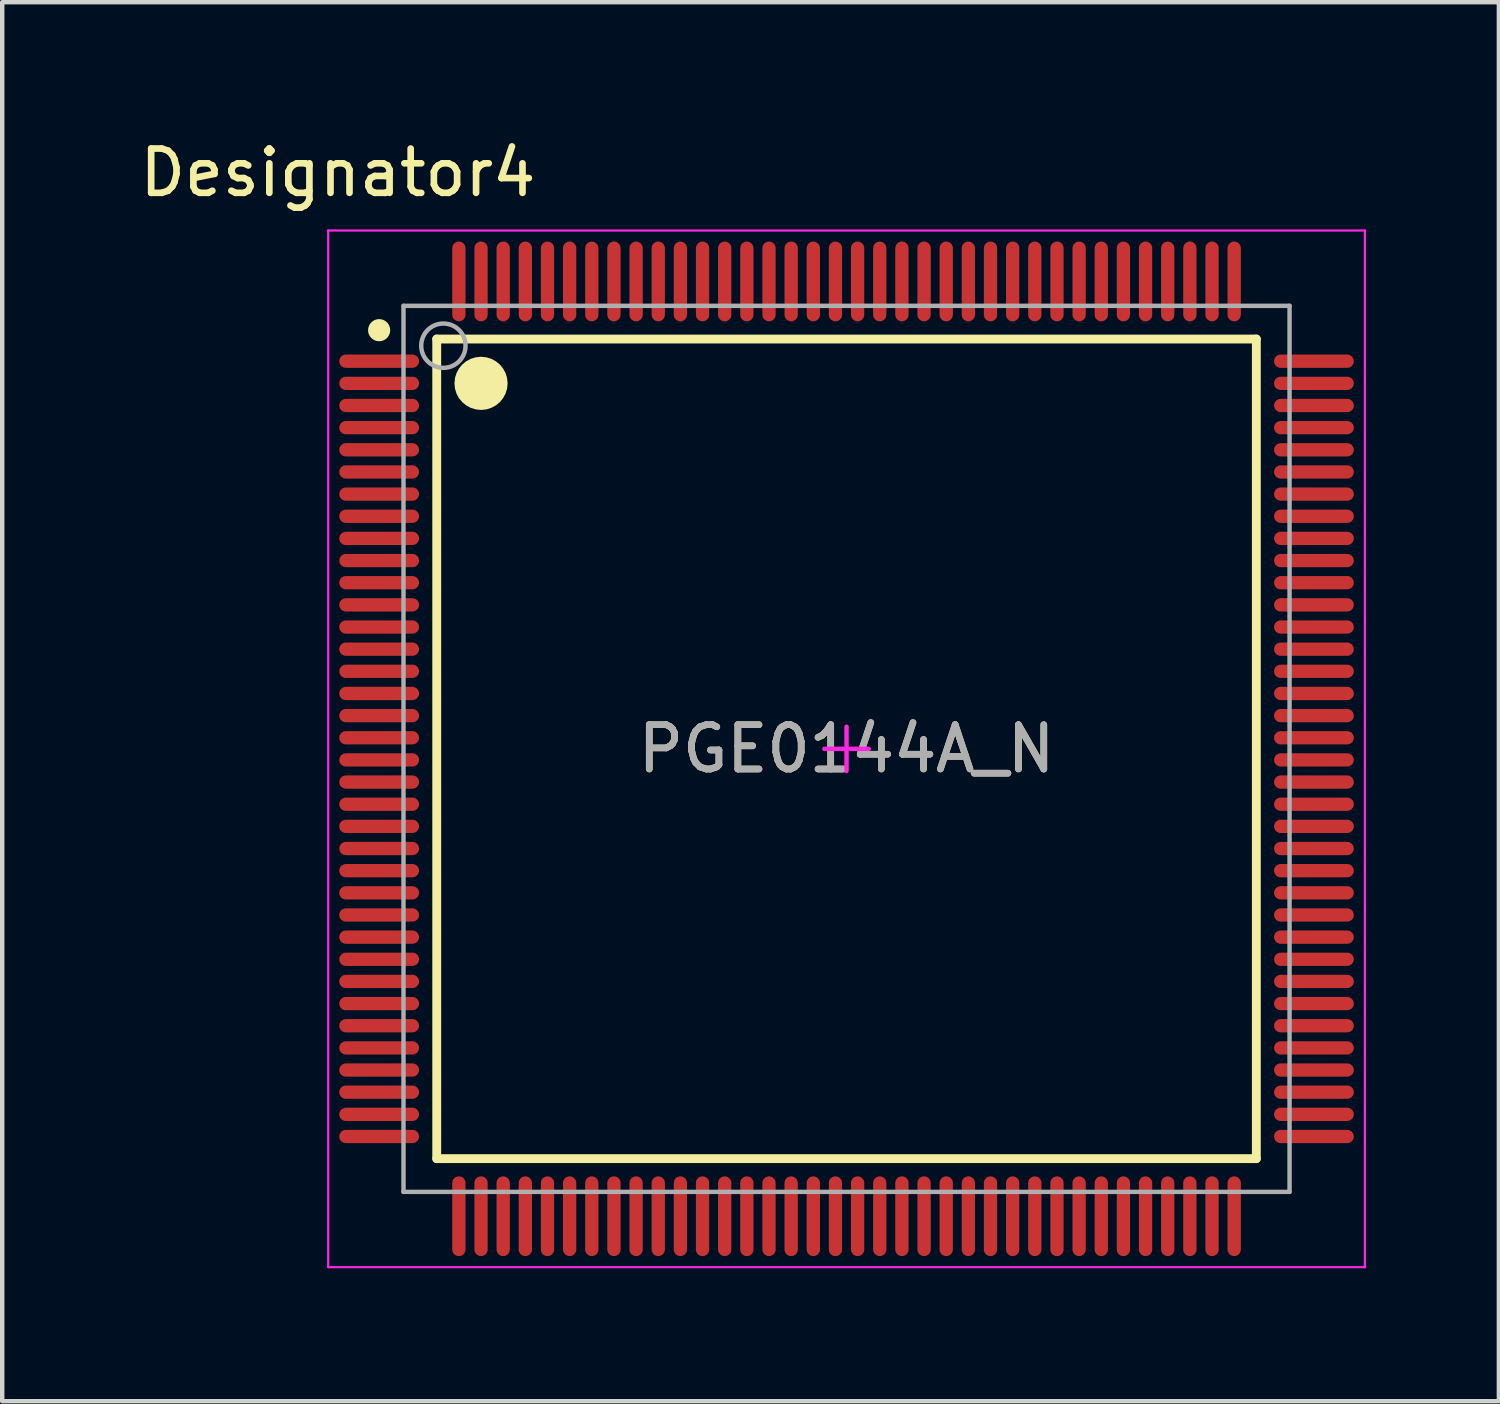
<source format=kicad_pcb>
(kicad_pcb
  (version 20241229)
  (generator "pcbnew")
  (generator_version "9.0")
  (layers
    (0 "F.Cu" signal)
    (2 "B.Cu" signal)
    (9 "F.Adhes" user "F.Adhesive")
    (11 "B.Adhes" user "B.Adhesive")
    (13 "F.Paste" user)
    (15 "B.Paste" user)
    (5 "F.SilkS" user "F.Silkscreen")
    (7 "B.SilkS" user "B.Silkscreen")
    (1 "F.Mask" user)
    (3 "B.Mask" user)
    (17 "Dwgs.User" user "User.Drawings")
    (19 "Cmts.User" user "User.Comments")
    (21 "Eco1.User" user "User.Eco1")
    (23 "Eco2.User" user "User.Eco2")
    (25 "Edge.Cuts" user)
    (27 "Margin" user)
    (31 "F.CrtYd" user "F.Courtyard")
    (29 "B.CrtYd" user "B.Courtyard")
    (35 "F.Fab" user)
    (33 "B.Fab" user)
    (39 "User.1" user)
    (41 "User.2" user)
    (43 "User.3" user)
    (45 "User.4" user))
  (footprint "PGE0144A_N"
    (layer "F.Cu")
    (at 16.058 13.853)
    (property "Reference" "PGE0144A_N" (at 0 0 0) (unlocked yes) (layer "F.SilkS") (effects (font (size 1 1) (thickness 0.15))))
    (attr smd)
    (fp_line (start -9.25 -9.25) (end 9.25 -9.25) (stroke (width 0.2) (type solid)) (layer "F.SilkS"))
    (fp_line (start -9.25 9.25) (end -9.25 -9.25) (stroke (width 0.2) (type solid)) (layer "F.SilkS"))
    (fp_line (start -9.25 9.25) (end 9.25 9.25) (stroke (width 0.2) (type solid)) (layer "F.SilkS"))
    (fp_line (start 9.25 9.25) (end 9.25 -9.25) (stroke (width 0.2) (type solid)) (layer "F.SilkS"))
    (fp_circle (center -10.55 -9.45) (end -10.425 -9.45) (stroke (width 0.25) (type solid)) (fill no) (layer "F.SilkS"))
    (fp_circle (center -8.25 -8.25) (end -7.95 -8.25) (stroke (width 0.6) (type solid)) (fill no) (layer "F.SilkS"))
    (fp_line (start -11.7 -11.7) (end 11.7 -11.7) (stroke (width 0.05) (type solid)) (layer "F.CrtYd"))
    (fp_line (start -11.7 11.7) (end -11.7 -11.7) (stroke (width 0.05) (type solid)) (layer "F.CrtYd"))
    (fp_line (start -11.7 11.7) (end 11.7 11.7) (stroke (width 0.05) (type solid)) (layer "F.CrtYd"))
    (fp_line (start -0.5 -0.000003) (end 0.5 -0.000003) (stroke (width 0.1) (type solid)) (layer "F.CrtYd"))
    (fp_line (start 0 0.5) (end 0 -0.5) (stroke (width 0.1) (type solid)) (layer "F.CrtYd"))
    (fp_line (start 11.7 11.7) (end 11.7 -11.7) (stroke (width 0.05) (type solid)) (layer "F.CrtYd"))
    (fp_line (start -10 -10) (end 10 -10) (stroke (width 0.1) (type solid)) (layer "F.Fab"))
    (fp_line (start -10 10) (end -10 -10) (stroke (width 0.1) (type solid)) (layer "F.Fab"))
    (fp_line (start -10 10) (end 10 10) (stroke (width 0.1) (type solid)) (layer "F.Fab"))
    (fp_line (start 10 10) (end 10 -10) (stroke (width 0.1) (type solid)) (layer "F.Fab"))
    (fp_circle (center -9.1 -9.1) (end -8.6 -9.1) (stroke (width 0.1) (type solid)) (fill no) (layer "F.Fab"))
    (fp_text user "Designator4" (at -11.481 -13.005 0) (unlocked yes) (layer "F.SilkS") (effects (font (size 1 1) (thickness 0.15))))
    (fp_text user "${REFERENCE}" (at 0 0 0) (unlocked yes) (layer "F.Fab") (effects (font (size 1 1) (thickness 0.15))))
    (pad "1" smd oval (at -10.55 -8.75 90) (size 0.3 1.8) (layers "F.Cu" "F.Mask" "F.Paste"))
    (pad "2" smd oval (at -10.55 -8.25 90) (size 0.3 1.8) (layers "F.Cu" "F.Mask" "F.Paste"))
    (pad "3" smd oval (at -10.55 -7.75 90) (size 0.3 1.8) (layers "F.Cu" "F.Mask" "F.Paste"))
    (pad "4" smd oval (at -10.55 -7.25 90) (size 0.3 1.8) (layers "F.Cu" "F.Mask" "F.Paste"))
    (pad "5" smd oval (at -10.55 -6.75 90) (size 0.3 1.8) (layers "F.Cu" "F.Mask" "F.Paste"))
    (pad "6" smd oval (at -10.55 -6.25 90) (size 0.3 1.8) (layers "F.Cu" "F.Mask" "F.Paste"))
    (pad "7" smd oval (at -10.55 -5.75 90) (size 0.3 1.8) (layers "F.Cu" "F.Mask" "F.Paste"))
    (pad "8" smd oval (at -10.55 -5.25 90) (size 0.3 1.8) (layers "F.Cu" "F.Mask" "F.Paste"))
    (pad "9" smd oval (at -10.55 -4.75 90) (size 0.3 1.8) (layers "F.Cu" "F.Mask" "F.Paste"))
    (pad "10" smd oval (at -10.55 -4.25 90) (size 0.3 1.8) (layers "F.Cu" "F.Mask" "F.Paste"))
    (pad "11" smd oval (at -10.55 -3.75 90) (size 0.3 1.8) (layers "F.Cu" "F.Mask" "F.Paste"))
    (pad "12" smd oval (at -10.55 -3.25 90) (size 0.3 1.8) (layers "F.Cu" "F.Mask" "F.Paste"))
    (pad "13" smd oval (at -10.55 -2.75 90) (size 0.3 1.8) (layers "F.Cu" "F.Mask" "F.Paste"))
    (pad "14" smd oval (at -10.55 -2.25 90) (size 0.3 1.8) (layers "F.Cu" "F.Mask" "F.Paste"))
    (pad "15" smd oval (at -10.55 -1.75 90) (size 0.3 1.8) (layers "F.Cu" "F.Mask" "F.Paste"))
    (pad "16" smd oval (at -10.55 -1.25 90) (size 0.3 1.8) (layers "F.Cu" "F.Mask" "F.Paste"))
    (pad "17" smd oval (at -10.55 -0.75 90) (size 0.3 1.8) (layers "F.Cu" "F.Mask" "F.Paste"))
    (pad "18" smd oval (at -10.55 -0.25 90) (size 0.3 1.8) (layers "F.Cu" "F.Mask" "F.Paste"))
    (pad "19" smd oval (at -10.55 0.25 90) (size 0.3 1.8) (layers "F.Cu" "F.Mask" "F.Paste"))
    (pad "20" smd oval (at -10.55 0.75 90) (size 0.3 1.8) (layers "F.Cu" "F.Mask" "F.Paste"))
    (pad "21" smd oval (at -10.55 1.25 90) (size 0.3 1.8) (layers "F.Cu" "F.Mask" "F.Paste"))
    (pad "22" smd oval (at -10.55 1.75 90) (size 0.3 1.8) (layers "F.Cu" "F.Mask" "F.Paste"))
    (pad "23" smd oval (at -10.55 2.25 90) (size 0.3 1.8) (layers "F.Cu" "F.Mask" "F.Paste"))
    (pad "24" smd oval (at -10.55 2.75 90) (size 0.3 1.8) (layers "F.Cu" "F.Mask" "F.Paste"))
    (pad "25" smd oval (at -10.55 3.25 90) (size 0.3 1.8) (layers "F.Cu" "F.Mask" "F.Paste"))
    (pad "26" smd oval (at -10.55 3.75 90) (size 0.3 1.8) (layers "F.Cu" "F.Mask" "F.Paste"))
    (pad "27" smd oval (at -10.55 4.25 90) (size 0.3 1.8) (layers "F.Cu" "F.Mask" "F.Paste"))
    (pad "28" smd oval (at -10.55 4.75 90) (size 0.3 1.8) (layers "F.Cu" "F.Mask" "F.Paste"))
    (pad "29" smd oval (at -10.55 5.25 90) (size 0.3 1.8) (layers "F.Cu" "F.Mask" "F.Paste"))
    (pad "30" smd oval (at -10.55 5.75 90) (size 0.3 1.8) (layers "F.Cu" "F.Mask" "F.Paste"))
    (pad "31" smd oval (at -10.55 6.25 90) (size 0.3 1.8) (layers "F.Cu" "F.Mask" "F.Paste"))
    (pad "32" smd oval (at -10.55 6.75 90) (size 0.3 1.8) (layers "F.Cu" "F.Mask" "F.Paste"))
    (pad "33" smd oval (at -10.55 7.25 90) (size 0.3 1.8) (layers "F.Cu" "F.Mask" "F.Paste"))
    (pad "34" smd oval (at -10.55 7.75 90) (size 0.3 1.8) (layers "F.Cu" "F.Mask" "F.Paste"))
    (pad "35" smd oval (at -10.55 8.25 90) (size 0.3 1.8) (layers "F.Cu" "F.Mask" "F.Paste"))
    (pad "36" smd oval (at -10.55 8.75 90) (size 0.3 1.8) (layers "F.Cu" "F.Mask" "F.Paste"))
    (pad "37" smd oval (at -8.75 10.55) (size 0.3 1.8) (layers "F.Cu" "F.Mask" "F.Paste"))
    (pad "38" smd oval (at -8.25 10.55) (size 0.3 1.8) (layers "F.Cu" "F.Mask" "F.Paste"))
    (pad "39" smd oval (at -7.75 10.55) (size 0.3 1.8) (layers "F.Cu" "F.Mask" "F.Paste"))
    (pad "40" smd oval (at -7.25 10.55) (size 0.3 1.8) (layers "F.Cu" "F.Mask" "F.Paste"))
    (pad "41" smd oval (at -6.75 10.55) (size 0.3 1.8) (layers "F.Cu" "F.Mask" "F.Paste"))
    (pad "42" smd oval (at -6.25 10.55) (size 0.3 1.8) (layers "F.Cu" "F.Mask" "F.Paste"))
    (pad "43" smd oval (at -5.75 10.55) (size 0.3 1.8) (layers "F.Cu" "F.Mask" "F.Paste"))
    (pad "44" smd oval (at -5.25 10.55) (size 0.3 1.8) (layers "F.Cu" "F.Mask" "F.Paste"))
    (pad "45" smd oval (at -4.75 10.55) (size 0.3 1.8) (layers "F.Cu" "F.Mask" "F.Paste"))
    (pad "46" smd oval (at -4.25 10.55) (size 0.3 1.8) (layers "F.Cu" "F.Mask" "F.Paste"))
    (pad "47" smd oval (at -3.75 10.55) (size 0.3 1.8) (layers "F.Cu" "F.Mask" "F.Paste"))
    (pad "48" smd oval (at -3.25 10.55) (size 0.3 1.8) (layers "F.Cu" "F.Mask" "F.Paste"))
    (pad "49" smd oval (at -2.75 10.55) (size 0.3 1.8) (layers "F.Cu" "F.Mask" "F.Paste"))
    (pad "50" smd oval (at -2.25 10.55) (size 0.3 1.8) (layers "F.Cu" "F.Mask" "F.Paste"))
    (pad "51" smd oval (at -1.75 10.55) (size 0.3 1.8) (layers "F.Cu" "F.Mask" "F.Paste"))
    (pad "52" smd oval (at -1.25 10.55) (size 0.3 1.8) (layers "F.Cu" "F.Mask" "F.Paste"))
    (pad "53" smd oval (at -0.75 10.55) (size 0.3 1.8) (layers "F.Cu" "F.Mask" "F.Paste"))
    (pad "54" smd oval (at -0.25 10.55) (size 0.3 1.8) (layers "F.Cu" "F.Mask" "F.Paste"))
    (pad "55" smd oval (at 0.25 10.55) (size 0.3 1.8) (layers "F.Cu" "F.Mask" "F.Paste"))
    (pad "56" smd oval (at 0.75 10.55) (size 0.3 1.8) (layers "F.Cu" "F.Mask" "F.Paste"))
    (pad "57" smd oval (at 1.25 10.55) (size 0.3 1.8) (layers "F.Cu" "F.Mask" "F.Paste"))
    (pad "58" smd oval (at 1.75 10.55) (size 0.3 1.8) (layers "F.Cu" "F.Mask" "F.Paste"))
    (pad "59" smd oval (at 2.25 10.55) (size 0.3 1.8) (layers "F.Cu" "F.Mask" "F.Paste"))
    (pad "60" smd oval (at 2.75 10.55) (size 0.3 1.8) (layers "F.Cu" "F.Mask" "F.Paste"))
    (pad "61" smd oval (at 3.25 10.55) (size 0.3 1.8) (layers "F.Cu" "F.Mask" "F.Paste"))
    (pad "62" smd oval (at 3.75 10.55) (size 0.3 1.8) (layers "F.Cu" "F.Mask" "F.Paste"))
    (pad "63" smd oval (at 4.25 10.55) (size 0.3 1.8) (layers "F.Cu" "F.Mask" "F.Paste"))
    (pad "64" smd oval (at 4.75 10.55) (size 0.3 1.8) (layers "F.Cu" "F.Mask" "F.Paste"))
    (pad "65" smd oval (at 5.25 10.55) (size 0.3 1.8) (layers "F.Cu" "F.Mask" "F.Paste"))
    (pad "66" smd oval (at 5.75 10.55) (size 0.3 1.8) (layers "F.Cu" "F.Mask" "F.Paste"))
    (pad "67" smd oval (at 6.25 10.55) (size 0.3 1.8) (layers "F.Cu" "F.Mask" "F.Paste"))
    (pad "68" smd oval (at 6.75 10.55) (size 0.3 1.8) (layers "F.Cu" "F.Mask" "F.Paste"))
    (pad "69" smd oval (at 7.25 10.55) (size 0.3 1.8) (layers "F.Cu" "F.Mask" "F.Paste"))
    (pad "70" smd oval (at 7.75 10.55) (size 0.3 1.8) (layers "F.Cu" "F.Mask" "F.Paste"))
    (pad "71" smd oval (at 8.25 10.55) (size 0.3 1.8) (layers "F.Cu" "F.Mask" "F.Paste"))
    (pad "72" smd oval (at 8.75 10.55) (size 0.3 1.8) (layers "F.Cu" "F.Mask" "F.Paste"))
    (pad "73" smd oval (at 10.55 8.75 90) (size 0.3 1.8) (layers "F.Cu" "F.Mask" "F.Paste"))
    (pad "74" smd oval (at 10.55 8.25 90) (size 0.3 1.8) (layers "F.Cu" "F.Mask" "F.Paste"))
    (pad "75" smd oval (at 10.55 7.75 90) (size 0.3 1.8) (layers "F.Cu" "F.Mask" "F.Paste"))
    (pad "76" smd oval (at 10.55 7.25 90) (size 0.3 1.8) (layers "F.Cu" "F.Mask" "F.Paste"))
    (pad "77" smd oval (at 10.55 6.75 90) (size 0.3 1.8) (layers "F.Cu" "F.Mask" "F.Paste"))
    (pad "78" smd oval (at 10.55 6.25 90) (size 0.3 1.8) (layers "F.Cu" "F.Mask" "F.Paste"))
    (pad "79" smd oval (at 10.55 5.75 90) (size 0.3 1.8) (layers "F.Cu" "F.Mask" "F.Paste"))
    (pad "80" smd oval (at 10.55 5.25 90) (size 0.3 1.8) (layers "F.Cu" "F.Mask" "F.Paste"))
    (pad "81" smd oval (at 10.55 4.75 90) (size 0.3 1.8) (layers "F.Cu" "F.Mask" "F.Paste"))
    (pad "82" smd oval (at 10.55 4.25 90) (size 0.3 1.8) (layers "F.Cu" "F.Mask" "F.Paste"))
    (pad "83" smd oval (at 10.55 3.75 90) (size 0.3 1.8) (layers "F.Cu" "F.Mask" "F.Paste"))
    (pad "84" smd oval (at 10.55 3.25 90) (size 0.3 1.8) (layers "F.Cu" "F.Mask" "F.Paste"))
    (pad "85" smd oval (at 10.55 2.75 90) (size 0.3 1.8) (layers "F.Cu" "F.Mask" "F.Paste"))
    (pad "86" smd oval (at 10.55 2.25 90) (size 0.3 1.8) (layers "F.Cu" "F.Mask" "F.Paste"))
    (pad "87" smd oval (at 10.55 1.75 90) (size 0.3 1.8) (layers "F.Cu" "F.Mask" "F.Paste"))
    (pad "88" smd oval (at 10.55 1.25 90) (size 0.3 1.8) (layers "F.Cu" "F.Mask" "F.Paste"))
    (pad "89" smd oval (at 10.55 0.75 90) (size 0.3 1.8) (layers "F.Cu" "F.Mask" "F.Paste"))
    (pad "90" smd oval (at 10.55 0.25 90) (size 0.3 1.8) (layers "F.Cu" "F.Mask" "F.Paste"))
    (pad "91" smd oval (at 10.55 -0.25 90) (size 0.3 1.8) (layers "F.Cu" "F.Mask" "F.Paste"))
    (pad "92" smd oval (at 10.55 -0.75 90) (size 0.3 1.8) (layers "F.Cu" "F.Mask" "F.Paste"))
    (pad "93" smd oval (at 10.55 -1.25 90) (size 0.3 1.8) (layers "F.Cu" "F.Mask" "F.Paste"))
    (pad "94" smd oval (at 10.55 -1.75 90) (size 0.3 1.8) (layers "F.Cu" "F.Mask" "F.Paste"))
    (pad "95" smd oval (at 10.55 -2.25 90) (size 0.3 1.8) (layers "F.Cu" "F.Mask" "F.Paste"))
    (pad "96" smd oval (at 10.55 -2.75 90) (size 0.3 1.8) (layers "F.Cu" "F.Mask" "F.Paste"))
    (pad "97" smd oval (at 10.55 -3.25 90) (size 0.3 1.8) (layers "F.Cu" "F.Mask" "F.Paste"))
    (pad "98" smd oval (at 10.55 -3.75 90) (size 0.3 1.8) (layers "F.Cu" "F.Mask" "F.Paste"))
    (pad "99" smd oval (at 10.55 -4.25 90) (size 0.3 1.8) (layers "F.Cu" "F.Mask" "F.Paste"))
    (pad "100" smd oval (at 10.55 -4.75 90) (size 0.3 1.8) (layers "F.Cu" "F.Mask" "F.Paste"))
    (pad "101" smd oval (at 10.55 -5.25 90) (size 0.3 1.8) (layers "F.Cu" "F.Mask" "F.Paste"))
    (pad "102" smd oval (at 10.55 -5.75 90) (size 0.3 1.8) (layers "F.Cu" "F.Mask" "F.Paste"))
    (pad "103" smd oval (at 10.55 -6.25 90) (size 0.3 1.8) (layers "F.Cu" "F.Mask" "F.Paste"))
    (pad "104" smd oval (at 10.55 -6.75 90) (size 0.3 1.8) (layers "F.Cu" "F.Mask" "F.Paste"))
    (pad "105" smd oval (at 10.55 -7.25 90) (size 0.3 1.8) (layers "F.Cu" "F.Mask" "F.Paste"))
    (pad "106" smd oval (at 10.55 -7.75 90) (size 0.3 1.8) (layers "F.Cu" "F.Mask" "F.Paste"))
    (pad "107" smd oval (at 10.55 -8.25 90) (size 0.3 1.8) (layers "F.Cu" "F.Mask" "F.Paste"))
    (pad "108" smd oval (at 10.55 -8.75 90) (size 0.3 1.8) (layers "F.Cu" "F.Mask" "F.Paste"))
    (pad "109" smd oval (at 8.75 -10.55) (size 0.3 1.8) (layers "F.Cu" "F.Mask" "F.Paste"))
    (pad "110" smd oval (at 8.25 -10.55) (size 0.3 1.8) (layers "F.Cu" "F.Mask" "F.Paste"))
    (pad "111" smd oval (at 7.75 -10.55) (size 0.3 1.8) (layers "F.Cu" "F.Mask" "F.Paste"))
    (pad "112" smd oval (at 7.25 -10.55) (size 0.3 1.8) (layers "F.Cu" "F.Mask" "F.Paste"))
    (pad "113" smd oval (at 6.75 -10.55) (size 0.3 1.8) (layers "F.Cu" "F.Mask" "F.Paste"))
    (pad "114" smd oval (at 6.25 -10.55) (size 0.3 1.8) (layers "F.Cu" "F.Mask" "F.Paste"))
    (pad "115" smd oval (at 5.75 -10.55) (size 0.3 1.8) (layers "F.Cu" "F.Mask" "F.Paste"))
    (pad "116" smd oval (at 5.25 -10.55) (size 0.3 1.8) (layers "F.Cu" "F.Mask" "F.Paste"))
    (pad "117" smd oval (at 4.75 -10.55) (size 0.3 1.8) (layers "F.Cu" "F.Mask" "F.Paste"))
    (pad "118" smd oval (at 4.25 -10.55) (size 0.3 1.8) (layers "F.Cu" "F.Mask" "F.Paste"))
    (pad "119" smd oval (at 3.75 -10.55) (size 0.3 1.8) (layers "F.Cu" "F.Mask" "F.Paste"))
    (pad "120" smd oval (at 3.25 -10.55) (size 0.3 1.8) (layers "F.Cu" "F.Mask" "F.Paste"))
    (pad "121" smd oval (at 2.75 -10.55) (size 0.3 1.8) (layers "F.Cu" "F.Mask" "F.Paste"))
    (pad "122" smd oval (at 2.25 -10.55) (size 0.3 1.8) (layers "F.Cu" "F.Mask" "F.Paste"))
    (pad "123" smd oval (at 1.75 -10.55) (size 0.3 1.8) (layers "F.Cu" "F.Mask" "F.Paste"))
    (pad "124" smd oval (at 1.25 -10.55) (size 0.3 1.8) (layers "F.Cu" "F.Mask" "F.Paste"))
    (pad "125" smd oval (at 0.75 -10.55) (size 0.3 1.8) (layers "F.Cu" "F.Mask" "F.Paste"))
    (pad "126" smd oval (at 0.25 -10.55) (size 0.3 1.8) (layers "F.Cu" "F.Mask" "F.Paste"))
    (pad "127" smd oval (at -0.25 -10.55) (size 0.3 1.8) (layers "F.Cu" "F.Mask" "F.Paste"))
    (pad "128" smd oval (at -0.75 -10.55) (size 0.3 1.8) (layers "F.Cu" "F.Mask" "F.Paste"))
    (pad "129" smd oval (at -1.25 -10.55) (size 0.3 1.8) (layers "F.Cu" "F.Mask" "F.Paste"))
    (pad "130" smd oval (at -1.75 -10.55) (size 0.3 1.8) (layers "F.Cu" "F.Mask" "F.Paste"))
    (pad "131" smd oval (at -2.25 -10.55) (size 0.3 1.8) (layers "F.Cu" "F.Mask" "F.Paste"))
    (pad "132" smd oval (at -2.75 -10.55) (size 0.3 1.8) (layers "F.Cu" "F.Mask" "F.Paste"))
    (pad "133" smd oval (at -3.25 -10.55) (size 0.3 1.8) (layers "F.Cu" "F.Mask" "F.Paste"))
    (pad "134" smd oval (at -3.75 -10.55) (size 0.3 1.8) (layers "F.Cu" "F.Mask" "F.Paste"))
    (pad "135" smd oval (at -4.25 -10.55) (size 0.3 1.8) (layers "F.Cu" "F.Mask" "F.Paste"))
    (pad "136" smd oval (at -4.75 -10.55) (size 0.3 1.8) (layers "F.Cu" "F.Mask" "F.Paste"))
    (pad "137" smd oval (at -5.25 -10.55) (size 0.3 1.8) (layers "F.Cu" "F.Mask" "F.Paste"))
    (pad "138" smd oval (at -5.75 -10.55) (size 0.3 1.8) (layers "F.Cu" "F.Mask" "F.Paste"))
    (pad "139" smd oval (at -6.25 -10.55) (size 0.3 1.8) (layers "F.Cu" "F.Mask" "F.Paste"))
    (pad "140" smd oval (at -6.75 -10.55) (size 0.3 1.8) (layers "F.Cu" "F.Mask" "F.Paste"))
    (pad "141" smd oval (at -7.25 -10.55) (size 0.3 1.8) (layers "F.Cu" "F.Mask" "F.Paste"))
    (pad "142" smd oval (at -7.75 -10.55) (size 0.3 1.8) (layers "F.Cu" "F.Mask" "F.Paste"))
    (pad "143" smd oval (at -8.25 -10.55) (size 0.3 1.8) (layers "F.Cu" "F.Mask" "F.Paste"))
    (pad "144" smd oval (at -8.75 -10.55) (size 0.3 1.8) (layers "F.Cu" "F.Mask" "F.Paste")))
  (gr_rect
    (start -3 -3)
    (end 30.783 28.578)
    (stroke (width 0.1) (type default))
    (fill no)
    (layer "Edge.Cuts")))
</source>
